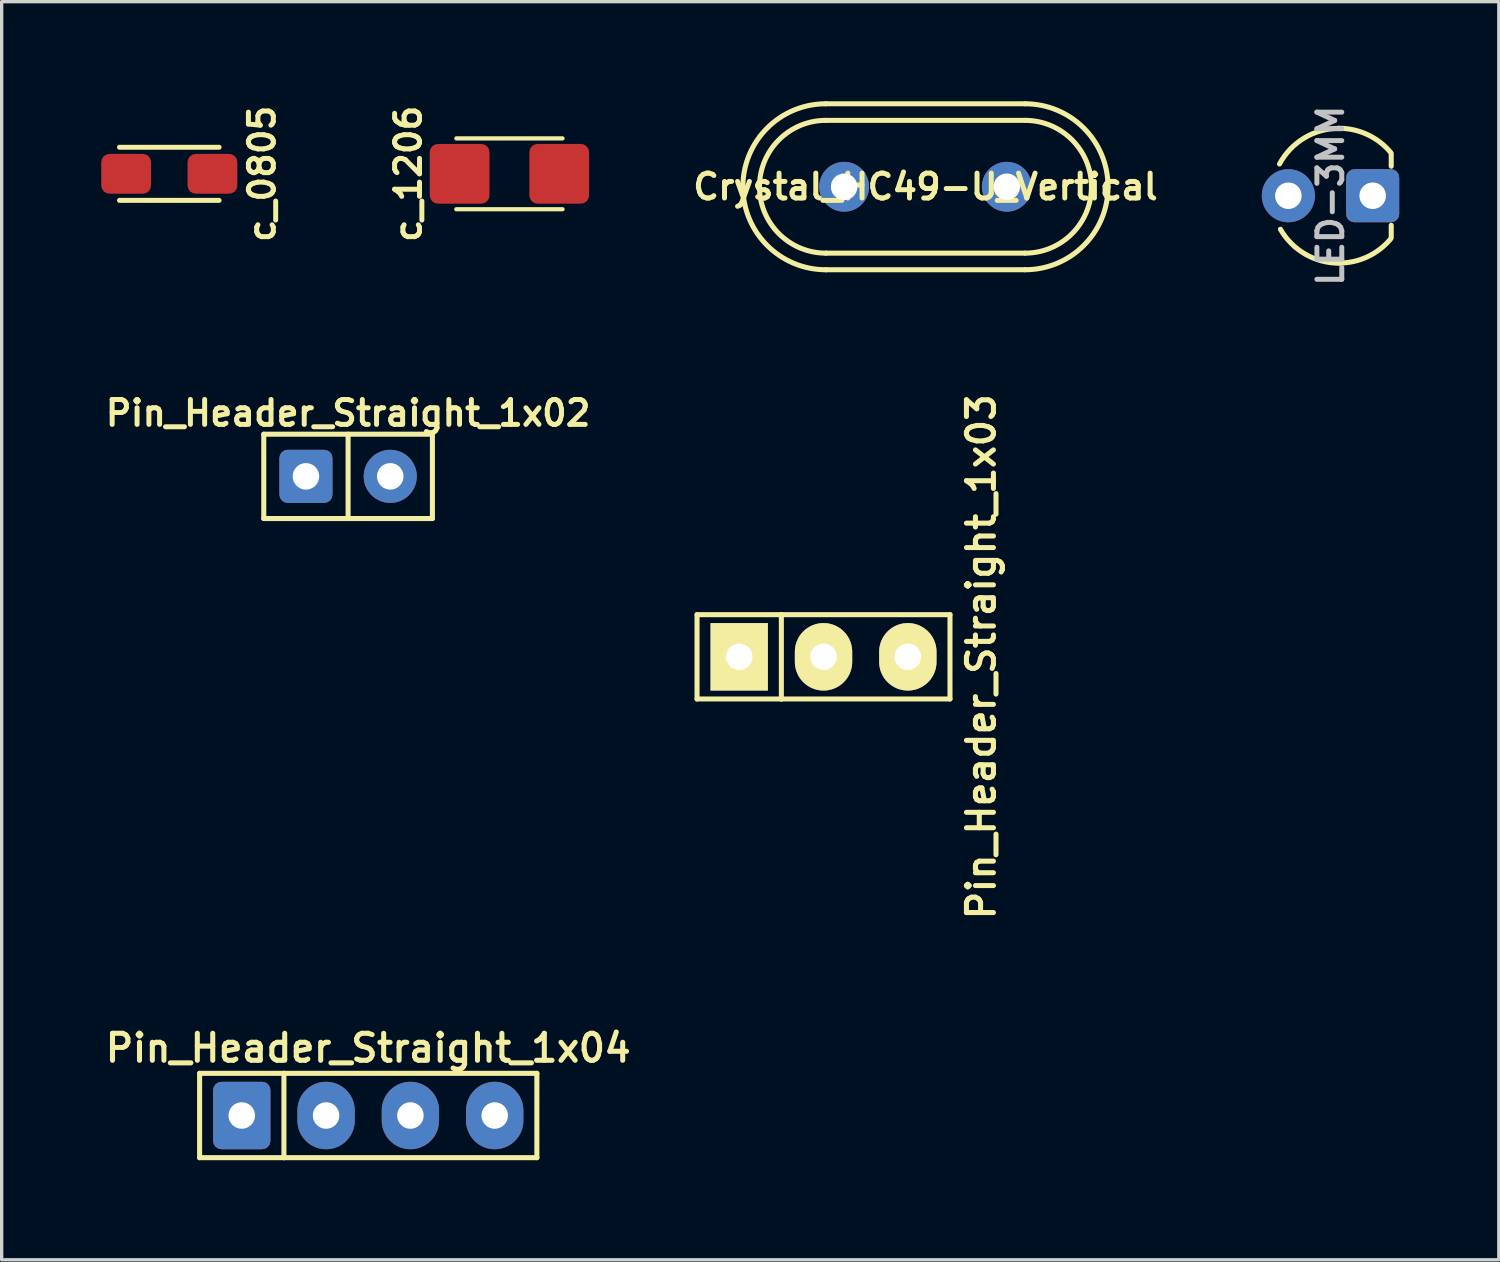
<source format=kicad_pcb>
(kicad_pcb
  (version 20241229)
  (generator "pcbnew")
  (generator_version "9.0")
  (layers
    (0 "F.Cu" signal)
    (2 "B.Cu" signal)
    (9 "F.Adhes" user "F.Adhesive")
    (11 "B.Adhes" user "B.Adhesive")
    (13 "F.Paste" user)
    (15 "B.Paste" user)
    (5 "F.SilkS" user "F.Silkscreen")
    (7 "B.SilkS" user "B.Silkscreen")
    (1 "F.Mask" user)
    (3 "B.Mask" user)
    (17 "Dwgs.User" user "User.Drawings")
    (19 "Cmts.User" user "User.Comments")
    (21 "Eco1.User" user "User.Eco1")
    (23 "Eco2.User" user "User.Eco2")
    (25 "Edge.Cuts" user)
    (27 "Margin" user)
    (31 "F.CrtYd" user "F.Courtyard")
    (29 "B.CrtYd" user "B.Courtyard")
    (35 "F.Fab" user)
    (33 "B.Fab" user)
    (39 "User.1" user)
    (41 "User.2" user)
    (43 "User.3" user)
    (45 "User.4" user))
  (footprint "c_1206"
    (layer "F.Cu")
    (at 12.296 2.186)
    (property "Reference" "c_1206" (at -3.048 0 90) (layer "F.SilkS") (effects (font (size 0.75 0.75) (thickness 0.15) (bold yes))))
    (attr through_hole)
    (fp_line (start -1.6 1.067) (end 1.6 1.067) (stroke (width 0.127) (type solid)) (layer "F.SilkS"))
    (fp_line (start 1.6 -1.067) (end -1.6 -1.067) (stroke (width 0.127) (type solid)) (layer "F.SilkS"))
    (pad "1" smd roundrect (at 1.5 0) (size 1.8 1.8) (layers "F.Cu" "F.Mask" "F.Paste") (roundrect_rratio 0.139))
    (pad "2" smd roundrect (at -1.5 0) (size 1.8 1.8) (layers "F.Cu" "F.Mask" "F.Paste") (roundrect_rratio 0.139)))
  (footprint "Pin_Header_Straight_1x02"
    (layer "F.Cu")
    (at 7.436 11.3)
    (property "Reference" "Pin_Header_Straight_1x02" (at 0 -1.905 0) (layer "F.SilkS") (effects (font (size 0.75 0.75) (thickness 0.15) (bold yes))))
    (attr through_hole)
    (fp_line (start -2.54 -1.27) (end -2.54 1.27) (stroke (width 0.152) (type solid)) (layer "F.SilkS"))
    (fp_line (start -2.54 1.27) (end 0 1.27) (stroke (width 0.152) (type solid)) (layer "F.SilkS"))
    (fp_line (start 0 -1.27) (end 0 1.27) (stroke (width 0.152) (type solid)) (layer "F.SilkS"))
    (fp_line (start 0 1.27) (end 2.54 1.27) (stroke (width 0.152) (type solid)) (layer "F.SilkS"))
    (fp_line (start 2.54 -1.27) (end -2.54 -1.27) (stroke (width 0.152) (type solid)) (layer "F.SilkS"))
    (fp_line (start 2.54 1.27) (end 2.54 -1.27) (stroke (width 0.152) (type solid)) (layer "F.SilkS"))
    (pad "1" thru_hole roundrect (at -1.27 0) (size 1.6 1.6) (drill 0.8) (layers "*.Cu" "*.Mask") (roundrect_rratio 0.156))
    (pad "2" thru_hole circle (at 1.27 0) (size 1.6 1.6) (drill 0.8) (layers "*.Cu" "*.Mask")))
  (footprint "c_0805"
    (layer "F.Cu")
    (at 2.05 2.186)
    (property "Reference" "c_0805" (at 2.794 0 90) (layer "F.SilkS") (effects (font (size 0.75 0.75) (thickness 0.15))))
    (attr smd)
    (fp_line (start -1.5 -0.8) (end 1.5 -0.8) (stroke (width 0.15) (type solid)) (layer "F.SilkS"))
    (fp_line (start -1.5 0.8) (end 1.5 0.8) (stroke (width 0.15) (type solid)) (layer "F.SilkS"))
    (pad "1" smd roundrect (at -1.3 0) (size 1.5 1.2) (layers "F.Cu" "F.Mask" "F.Paste") (roundrect_rratio 0.208))
    (pad "2" smd roundrect (at 1.3 0) (size 1.5 1.2) (layers "F.Cu" "F.Mask" "F.Paste") (roundrect_rratio 0.208)))
  (footprint "Crystal_HC49-U_Vertical"
    (layer "F.Cu")
    (at 24.829 2.576)
    (property "Reference" "Crystal_HC49-U_Vertical" (at 0 0 0) (layer "F.SilkS") (effects (font (size 0.75 0.75) (thickness 0.15))))
    (attr through_hole)
    (fp_line (start -3 -2.5) (end 3 -2.5) (stroke (width 0.152) (type solid)) (layer "F.SilkS"))
    (fp_line (start -3 2) (end 3 2) (stroke (width 0.152) (type solid)) (layer "F.SilkS"))
    (fp_line (start 3 -2) (end -3 -2) (stroke (width 0.152) (type solid)) (layer "F.SilkS"))
    (fp_line (start 3 2.5) (end -3 2.5) (stroke (width 0.152) (type solid)) (layer "F.SilkS"))
    (fp_arc (start -5.5 0) (mid -4.767767 -1.767767) (end -3 -2.5) (stroke (width 0.1524) (type solid)) (layer "F.SilkS"))
    (fp_arc (start -5 0) (mid -4.414214 -1.414214) (end -3 -2) (stroke (width 0.1524) (type solid)) (layer "F.SilkS"))
    (fp_arc (start -3 2) (mid -4.414214 1.414214) (end -5 0) (stroke (width 0.1524) (type solid)) (layer "F.SilkS"))
    (fp_arc (start -3 2.5) (mid -4.767767 1.767767) (end -5.5 0) (stroke (width 0.1524) (type solid)) (layer "F.SilkS"))
    (fp_arc (start 3 -2.5) (mid 4.767767 -1.767767) (end 5.5 0) (stroke (width 0.1524) (type solid)) (layer "F.SilkS"))
    (fp_arc (start 3 -2) (mid 4.414214 -1.414214) (end 5 0) (stroke (width 0.1524) (type solid)) (layer "F.SilkS"))
    (fp_arc (start 5 0) (mid 4.414214 1.414214) (end 3 2) (stroke (width 0.1524) (type solid)) (layer "F.SilkS"))
    (fp_arc (start 5.5 0) (mid 4.767767 1.767767) (end 3 2.5) (stroke (width 0.1524) (type solid)) (layer "F.SilkS"))
    (pad "1" thru_hole circle (at -2.45 0) (size 1.501 1.501) (drill 0.8) (layers "*.Cu" "*.Mask"))
    (pad "2" thru_hole circle (at 2.45 0) (size 1.501 1.501) (drill 0.8) (layers "*.Cu" "*.Mask")))
  (footprint "Pin_Header_Straight_1x03"
    (layer "F.Cu")
    (at 21.758 16.736)
    (property "Reference" "Pin_Header_Straight_1x03" (at 4.75 0 90) (layer "F.SilkS") (effects (font (size 0.813 0.813) (thickness 0.152))))
    (attr through_hole)
    (fp_line (start -3.81 -1.27) (end -3.81 1.27) (stroke (width 0.152) (type solid)) (layer "F.SilkS"))
    (fp_line (start -3.81 -1.27) (end -1.27 -1.27) (stroke (width 0.152) (type solid)) (layer "F.SilkS"))
    (fp_line (start -3.81 1.27) (end -1.27 1.27) (stroke (width 0.152) (type solid)) (layer "F.SilkS"))
    (fp_line (start -1.27 -1.27) (end -1.27 1.27) (stroke (width 0.152) (type solid)) (layer "F.SilkS"))
    (fp_line (start -1.27 1.27) (end 3.81 1.27) (stroke (width 0.152) (type solid)) (layer "F.SilkS"))
    (fp_line (start 3.81 -1.27) (end -1.27 -1.27) (stroke (width 0.152) (type solid)) (layer "F.SilkS"))
    (fp_line (start 3.81 1.27) (end 3.81 -1.27) (stroke (width 0.152) (type solid)) (layer "F.SilkS"))
    (pad "1" thru_hole rect (at -2.54 0) (size 1.727 2.032) (drill 0.8) (layers "*.Cu" "*.Mask" "F.SilkS"))
    (pad "2" thru_hole oval (at 0 0) (size 1.727 2.032) (drill 0.8) (layers "*.Cu" "*.Mask" "F.SilkS"))
    (pad "3" thru_hole oval (at 2.54 0) (size 1.727 2.032) (drill 0.8) (layers "*.Cu" "*.Mask" "F.SilkS")))
  (footprint "Pin_Header_Straight_1x04"
    (layer "F.Cu")
    (at 8.043 30.554)
    (property "Reference" "Pin_Header_Straight_1x04" (at 0 -2.032 0) (layer "F.SilkS") (effects (font (size 0.813 0.813) (thickness 0.152))))
    (attr through_hole)
    (fp_line (start -5.08 -1.27) (end -5.08 1.27) (stroke (width 0.152) (type solid)) (layer "F.SilkS"))
    (fp_line (start -5.08 -1.27) (end -2.54 -1.27) (stroke (width 0.152) (type solid)) (layer "F.SilkS"))
    (fp_line (start -5.08 1.27) (end -2.54 1.27) (stroke (width 0.152) (type solid)) (layer "F.SilkS"))
    (fp_line (start -2.54 -1.27) (end -2.54 1.27) (stroke (width 0.152) (type solid)) (layer "F.SilkS"))
    (fp_line (start -2.54 -1.27) (end 5.08 -1.27) (stroke (width 0.152) (type solid)) (layer "F.SilkS"))
    (fp_line (start -2.54 1.27) (end 5.08 1.27) (stroke (width 0.152) (type solid)) (layer "F.SilkS"))
    (fp_line (start 5.08 1.27) (end 5.08 -1.27) (stroke (width 0.152) (type solid)) (layer "F.SilkS"))
    (pad "1" thru_hole roundrect (at -3.81 0) (size 1.727 2.032) (drill 0.8) (layers "*.Cu" "*.Mask") (roundrect_rratio 0.145))
    (pad "2" thru_hole oval (at -1.27 0) (size 1.727 2.032) (drill 0.8) (layers "*.Cu" "*.Mask"))
    (pad "3" thru_hole oval (at 1.27 0) (size 1.727 2.032) (drill 0.8) (layers "*.Cu" "*.Mask"))
    (pad "4" thru_hole oval (at 3.81 0) (size 1.727 2.032) (drill 0.8) (layers "*.Cu" "*.Mask")))
  (footprint "LED-3MM"
    (layer "F.Cu")
    (at 37.031 2.846)
    (property "Reference" "LED-3MM" (at 0 0 90) (layer "Dwgs.User") (effects (font (size 0.75 0.75) (thickness 0.15))))
    (attr through_hole)
    (fp_line (start 1.829 -1.27) (end 1.829 -0.889) (stroke (width 0.152) (type solid)) (layer "F.SilkS"))
    (fp_line (start 1.829 1.27) (end 1.829 0.889) (stroke (width 0.152) (type solid)) (layer "F.SilkS"))
    (fp_arc (start -1.5367 -0.95504) (mid -0.790567 -1.739997) (end 0.253025 -2.02946) (stroke (width 0.1524) (type solid)) (layer "F.SilkS"))
    (fp_arc (start 0.254 -2.032) (mid 1.114367 -1.840867) (end 1.81288 -1.303426) (stroke (width 0.1524) (type solid)) (layer "F.SilkS"))
    (fp_arc (start 0.254 2.032) (mid -0.76507 1.757988) (end -1.509299 1.009851) (stroke (width 0.1524) (type solid)) (layer "F.SilkS"))
    (fp_arc (start 1.8034 1.31064) (mid 1.109154 1.840416) (end 0.256552 2.029387) (stroke (width 0.1524) (type solid)) (layer "F.SilkS"))
    (pad "1" thru_hole circle (at -1.27 0) (size 1.6 1.6) (drill 0.8) (layers "*.Cu" "*.Mask"))
    (pad "2" thru_hole roundrect (at 1.27 0) (size 1.6 1.6) (drill 0.8) (layers "*.Cu" "*.Mask") (roundrect_rratio 0.156)))
  (gr_rect
    (start -3 -3)
    (end 42.101 34.9)
    (stroke (width 0.1) (type default))
    (fill no)
    (layer "Edge.Cuts")))
</source>
